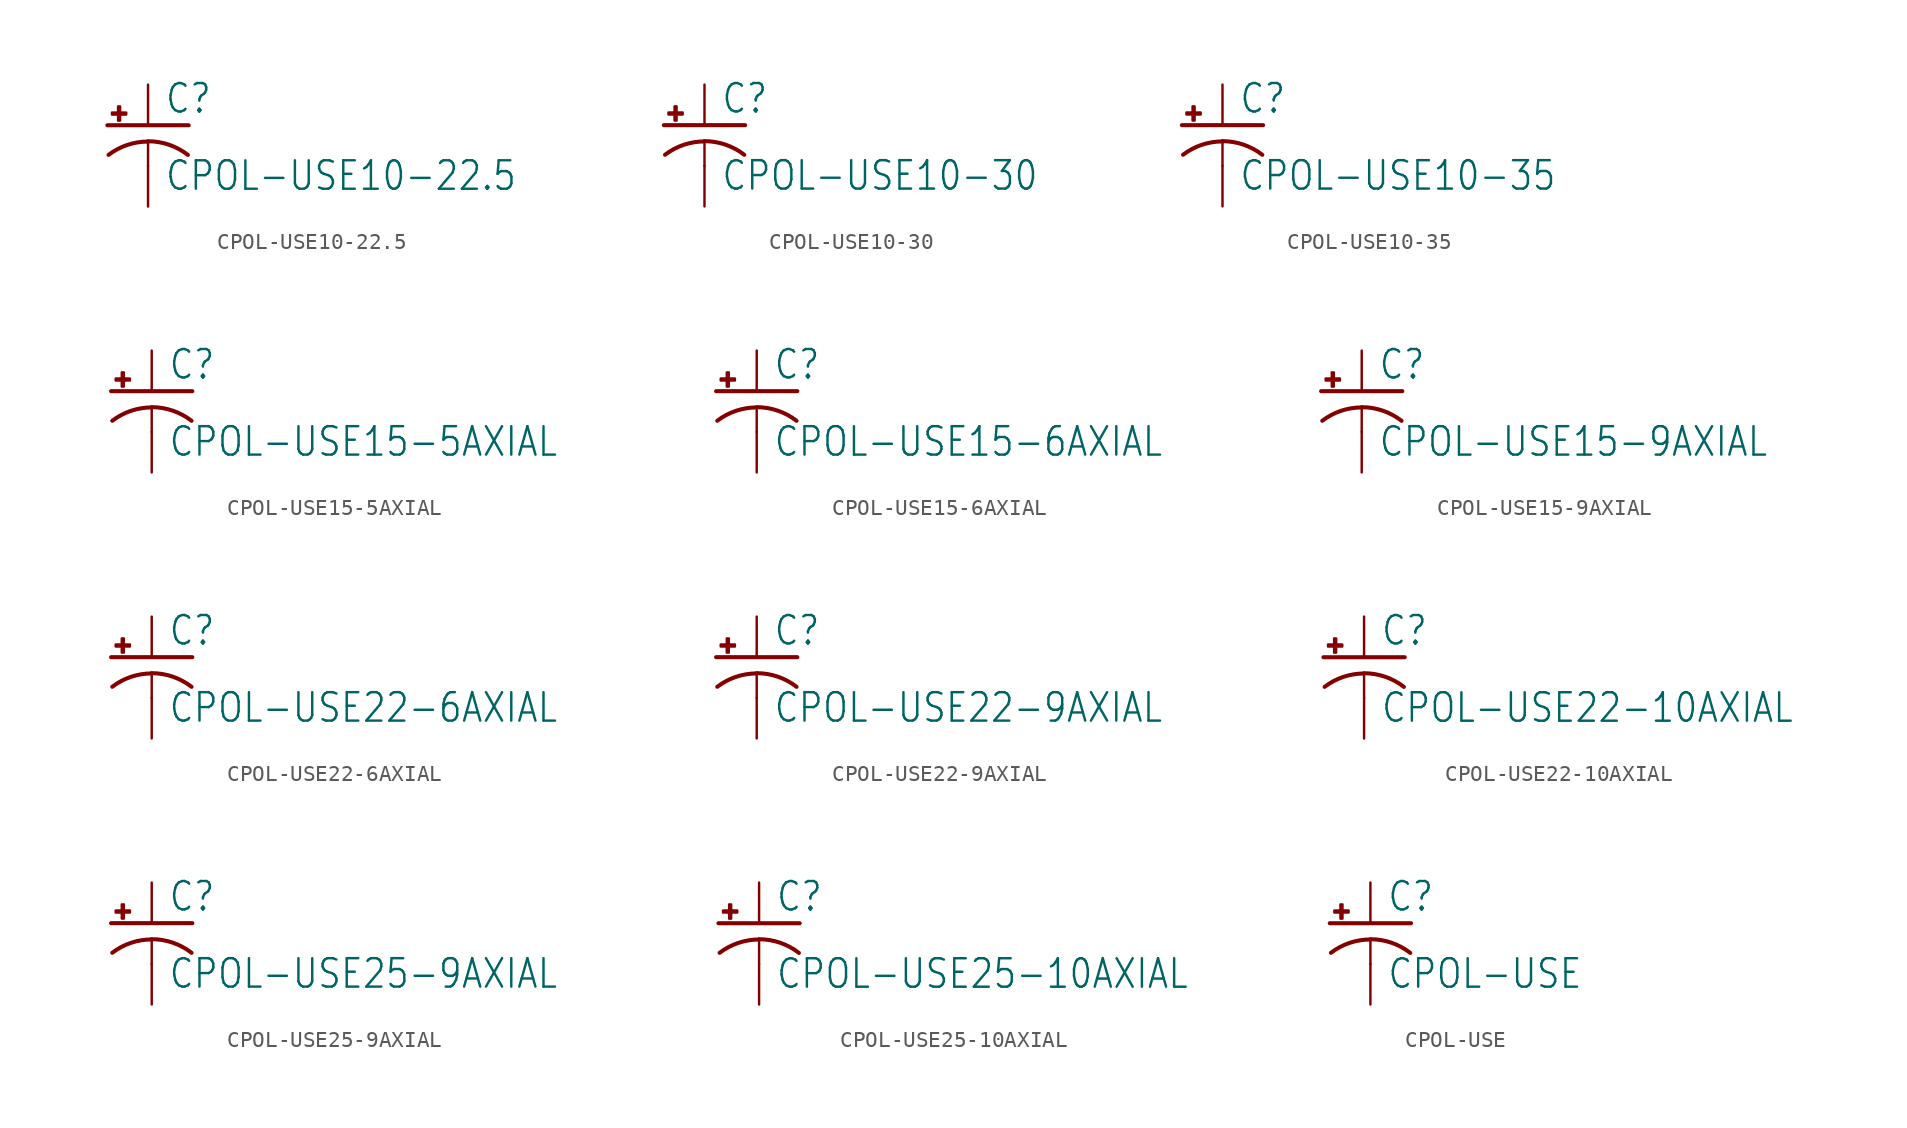
<source format=kicad_sym>
(kicad_symbol_lib
  (version 20220914)
  (generator kicad_symbol_editor)
  (symbol "CPOL-USE10-22.5"
    (property "Reference" "C"
      (at 1.016 0.635 0)
      (effects (font (size 1.778 1.511)) (justify left bottom)))
    (property "Value" "CPOL-USE10-22.5"
      (at 1.016 -4.191 0)
      (effects (font (size 1.778 1.511)) (justify left bottom)))
    (property "ki_locked" ""
      (at 0 0 0)
      (effects (font (size 1.27 1.27))))
    (symbol "CPOL-USE10-22.5_1_0"
      (rectangle (start -2.253 0.668) (end -1.364 0.795) (stroke (width 0) (type default)) (fill (type outline)))
      (rectangle (start -1.872 0.287) (end -1.745 1.176) (stroke (width 0) (type default)) (fill (type outline)))
      (arc (start 0 -1.0161) (mid -1.3021 -1.2302) (end -2.4669 -1.8504) (stroke (width 0.254) (type default)) (fill (type none)))
      (polyline (pts (xy -2.54 0) (xy 2.54 0)) (stroke (width 0.254) (type default)) (fill (type none)))
      (polyline (pts (xy 0 -1.016) (xy 0 -2.54)) (stroke (width 0.152) (type default)) (fill (type none)))
      (arc (start 2.4892 -1.8542) (mid 1.3158 -1.2195) (end 0 -1) (stroke (width 0.254) (type default)) (fill (type none)))
      (pin passive line (at 0 2.54 270) (length 2.54) (name "+" (effects (font (size 0 0)))) (number "+" (effects (font (size 0 0)))))
      (pin passive line (at 0 -5.08 90) (length 2.54) (name "-" (effects (font (size 0 0)))) (number "-" (effects (font (size 0 0)))))))
  (symbol "CPOL-USE10-30"
    (property "Reference" "C"
      (at 1.016 0.635 0)
      (effects (font (size 1.778 1.511)) (justify left bottom)))
    (property "Value" "CPOL-USE10-30"
      (at 1.016 -4.191 0)
      (effects (font (size 1.778 1.511)) (justify left bottom)))
    (property "ki_locked" ""
      (at 0 0 0)
      (effects (font (size 1.27 1.27))))
    (symbol "CPOL-USE10-30_1_0"
      (rectangle (start -2.253 0.668) (end -1.364 0.795) (stroke (width 0) (type default)) (fill (type outline)))
      (rectangle (start -1.872 0.287) (end -1.745 1.176) (stroke (width 0) (type default)) (fill (type outline)))
      (arc (start 0 -1.0161) (mid -1.3021 -1.2302) (end -2.4669 -1.8504) (stroke (width 0.254) (type default)) (fill (type none)))
      (polyline (pts (xy -2.54 0) (xy 2.54 0)) (stroke (width 0.254) (type default)) (fill (type none)))
      (polyline (pts (xy 0 -1.016) (xy 0 -2.54)) (stroke (width 0.152) (type default)) (fill (type none)))
      (arc (start 2.4892 -1.8542) (mid 1.3158 -1.2195) (end 0 -1) (stroke (width 0.254) (type default)) (fill (type none)))
      (pin passive line (at 0 2.54 270) (length 2.54) (name "+" (effects (font (size 0 0)))) (number "+" (effects (font (size 0 0)))))
      (pin passive line (at 0 -5.08 90) (length 2.54) (name "-" (effects (font (size 0 0)))) (number "-" (effects (font (size 0 0)))))))
  (symbol "CPOL-USE10-35"
    (property "Reference" "C"
      (at 1.016 0.635 0)
      (effects (font (size 1.778 1.511)) (justify left bottom)))
    (property "Value" "CPOL-USE10-35"
      (at 1.016 -4.191 0)
      (effects (font (size 1.778 1.511)) (justify left bottom)))
    (property "ki_locked" ""
      (at 0 0 0)
      (effects (font (size 1.27 1.27))))
    (symbol "CPOL-USE10-35_1_0"
      (rectangle (start -2.253 0.668) (end -1.364 0.795) (stroke (width 0) (type default)) (fill (type outline)))
      (rectangle (start -1.872 0.287) (end -1.745 1.176) (stroke (width 0) (type default)) (fill (type outline)))
      (arc (start 0 -1.0161) (mid -1.3021 -1.2302) (end -2.4669 -1.8504) (stroke (width 0.254) (type default)) (fill (type none)))
      (polyline (pts (xy -2.54 0) (xy 2.54 0)) (stroke (width 0.254) (type default)) (fill (type none)))
      (polyline (pts (xy 0 -1.016) (xy 0 -2.54)) (stroke (width 0.152) (type default)) (fill (type none)))
      (arc (start 2.4892 -1.8542) (mid 1.3158 -1.2195) (end 0 -1) (stroke (width 0.254) (type default)) (fill (type none)))
      (pin passive line (at 0 2.54 270) (length 2.54) (name "+" (effects (font (size 0 0)))) (number "+" (effects (font (size 0 0)))))
      (pin passive line (at 0 -5.08 90) (length 2.54) (name "-" (effects (font (size 0 0)))) (number "-" (effects (font (size 0 0)))))))
  (symbol "CPOL-USE15-5AXIAL"
    (property "Reference" "C"
      (at 1.016 0.635 0)
      (effects (font (size 1.778 1.511)) (justify left bottom)))
    (property "Value" "CPOL-USE15-5AXIAL"
      (at 1.016 -4.191 0)
      (effects (font (size 1.778 1.511)) (justify left bottom)))
    (property "ki_locked" ""
      (at 0 0 0)
      (effects (font (size 1.27 1.27))))
    (symbol "CPOL-USE15-5AXIAL_1_0"
      (rectangle (start -2.253 0.668) (end -1.364 0.795) (stroke (width 0) (type default)) (fill (type outline)))
      (rectangle (start -1.872 0.287) (end -1.745 1.176) (stroke (width 0) (type default)) (fill (type outline)))
      (arc (start 0 -1.0161) (mid -1.3021 -1.2302) (end -2.4669 -1.8504) (stroke (width 0.254) (type default)) (fill (type none)))
      (polyline (pts (xy -2.54 0) (xy 2.54 0)) (stroke (width 0.254) (type default)) (fill (type none)))
      (polyline (pts (xy 0 -1.016) (xy 0 -2.54)) (stroke (width 0.152) (type default)) (fill (type none)))
      (arc (start 2.4892 -1.8542) (mid 1.3158 -1.2195) (end 0 -1) (stroke (width 0.254) (type default)) (fill (type none)))
      (pin passive line (at 0 2.54 270) (length 2.54) (name "+" (effects (font (size 0 0)))) (number "+" (effects (font (size 0 0)))))
      (pin passive line (at 0 -5.08 90) (length 2.54) (name "-" (effects (font (size 0 0)))) (number "-" (effects (font (size 0 0)))))))
  (symbol "CPOL-USE15-6AXIAL"
    (property "Reference" "C"
      (at 1.016 0.635 0)
      (effects (font (size 1.778 1.511)) (justify left bottom)))
    (property "Value" "CPOL-USE15-6AXIAL"
      (at 1.016 -4.191 0)
      (effects (font (size 1.778 1.511)) (justify left bottom)))
    (property "ki_locked" ""
      (at 0 0 0)
      (effects (font (size 1.27 1.27))))
    (symbol "CPOL-USE15-6AXIAL_1_0"
      (rectangle (start -2.253 0.668) (end -1.364 0.795) (stroke (width 0) (type default)) (fill (type outline)))
      (rectangle (start -1.872 0.287) (end -1.745 1.176) (stroke (width 0) (type default)) (fill (type outline)))
      (arc (start 0 -1.0161) (mid -1.3021 -1.2302) (end -2.4669 -1.8504) (stroke (width 0.254) (type default)) (fill (type none)))
      (polyline (pts (xy -2.54 0) (xy 2.54 0)) (stroke (width 0.254) (type default)) (fill (type none)))
      (polyline (pts (xy 0 -1.016) (xy 0 -2.54)) (stroke (width 0.152) (type default)) (fill (type none)))
      (arc (start 2.4892 -1.8542) (mid 1.3158 -1.2195) (end 0 -1) (stroke (width 0.254) (type default)) (fill (type none)))
      (pin passive line (at 0 2.54 270) (length 2.54) (name "+" (effects (font (size 0 0)))) (number "+" (effects (font (size 0 0)))))
      (pin passive line (at 0 -5.08 90) (length 2.54) (name "-" (effects (font (size 0 0)))) (number "-" (effects (font (size 0 0)))))))
  (symbol "CPOL-USE15-9AXIAL"
    (property "Reference" "C"
      (at 1.016 0.635 0)
      (effects (font (size 1.778 1.511)) (justify left bottom)))
    (property "Value" "CPOL-USE15-9AXIAL"
      (at 1.016 -4.191 0)
      (effects (font (size 1.778 1.511)) (justify left bottom)))
    (property "ki_locked" ""
      (at 0 0 0)
      (effects (font (size 1.27 1.27))))
    (symbol "CPOL-USE15-9AXIAL_1_0"
      (rectangle (start -2.253 0.668) (end -1.364 0.795) (stroke (width 0) (type default)) (fill (type outline)))
      (rectangle (start -1.872 0.287) (end -1.745 1.176) (stroke (width 0) (type default)) (fill (type outline)))
      (arc (start 0 -1.0161) (mid -1.3021 -1.2302) (end -2.4669 -1.8504) (stroke (width 0.254) (type default)) (fill (type none)))
      (polyline (pts (xy -2.54 0) (xy 2.54 0)) (stroke (width 0.254) (type default)) (fill (type none)))
      (polyline (pts (xy 0 -1.016) (xy 0 -2.54)) (stroke (width 0.152) (type default)) (fill (type none)))
      (arc (start 2.4892 -1.8542) (mid 1.3158 -1.2195) (end 0 -1) (stroke (width 0.254) (type default)) (fill (type none)))
      (pin passive line (at 0 2.54 270) (length 2.54) (name "+" (effects (font (size 0 0)))) (number "+" (effects (font (size 0 0)))))
      (pin passive line (at 0 -5.08 90) (length 2.54) (name "-" (effects (font (size 0 0)))) (number "-" (effects (font (size 0 0)))))))
  (symbol "CPOL-USE22-6AXIAL"
    (property "Reference" "C"
      (at 1.016 0.635 0)
      (effects (font (size 1.778 1.511)) (justify left bottom)))
    (property "Value" "CPOL-USE22-6AXIAL"
      (at 1.016 -4.191 0)
      (effects (font (size 1.778 1.511)) (justify left bottom)))
    (property "ki_locked" ""
      (at 0 0 0)
      (effects (font (size 1.27 1.27))))
    (symbol "CPOL-USE22-6AXIAL_1_0"
      (rectangle (start -2.253 0.668) (end -1.364 0.795) (stroke (width 0) (type default)) (fill (type outline)))
      (rectangle (start -1.872 0.287) (end -1.745 1.176) (stroke (width 0) (type default)) (fill (type outline)))
      (arc (start 0 -1.0161) (mid -1.3021 -1.2302) (end -2.4669 -1.8504) (stroke (width 0.254) (type default)) (fill (type none)))
      (polyline (pts (xy -2.54 0) (xy 2.54 0)) (stroke (width 0.254) (type default)) (fill (type none)))
      (polyline (pts (xy 0 -1.016) (xy 0 -2.54)) (stroke (width 0.152) (type default)) (fill (type none)))
      (arc (start 2.4892 -1.8542) (mid 1.3158 -1.2195) (end 0 -1) (stroke (width 0.254) (type default)) (fill (type none)))
      (pin passive line (at 0 2.54 270) (length 2.54) (name "+" (effects (font (size 0 0)))) (number "+" (effects (font (size 0 0)))))
      (pin passive line (at 0 -5.08 90) (length 2.54) (name "-" (effects (font (size 0 0)))) (number "-" (effects (font (size 0 0)))))))
  (symbol "CPOL-USE22-9AXIAL"
    (property "Reference" "C"
      (at 1.016 0.635 0)
      (effects (font (size 1.778 1.511)) (justify left bottom)))
    (property "Value" "CPOL-USE22-9AXIAL"
      (at 1.016 -4.191 0)
      (effects (font (size 1.778 1.511)) (justify left bottom)))
    (property "ki_locked" ""
      (at 0 0 0)
      (effects (font (size 1.27 1.27))))
    (symbol "CPOL-USE22-9AXIAL_1_0"
      (rectangle (start -2.253 0.668) (end -1.364 0.795) (stroke (width 0) (type default)) (fill (type outline)))
      (rectangle (start -1.872 0.287) (end -1.745 1.176) (stroke (width 0) (type default)) (fill (type outline)))
      (arc (start 0 -1.0161) (mid -1.3021 -1.2302) (end -2.4669 -1.8504) (stroke (width 0.254) (type default)) (fill (type none)))
      (polyline (pts (xy -2.54 0) (xy 2.54 0)) (stroke (width 0.254) (type default)) (fill (type none)))
      (polyline (pts (xy 0 -1.016) (xy 0 -2.54)) (stroke (width 0.152) (type default)) (fill (type none)))
      (arc (start 2.4892 -1.8542) (mid 1.3158 -1.2195) (end 0 -1) (stroke (width 0.254) (type default)) (fill (type none)))
      (pin passive line (at 0 2.54 270) (length 2.54) (name "+" (effects (font (size 0 0)))) (number "+" (effects (font (size 0 0)))))
      (pin passive line (at 0 -5.08 90) (length 2.54) (name "-" (effects (font (size 0 0)))) (number "-" (effects (font (size 0 0)))))))
  (symbol "CPOL-USE22-10AXIAL"
    (property "Reference" "C"
      (at 1.016 0.635 0)
      (effects (font (size 1.778 1.511)) (justify left bottom)))
    (property "Value" "CPOL-USE22-10AXIAL"
      (at 1.016 -4.191 0)
      (effects (font (size 1.778 1.511)) (justify left bottom)))
    (property "ki_locked" ""
      (at 0 0 0)
      (effects (font (size 1.27 1.27))))
    (symbol "CPOL-USE22-10AXIAL_1_0"
      (rectangle (start -2.253 0.668) (end -1.364 0.795) (stroke (width 0) (type default)) (fill (type outline)))
      (rectangle (start -1.872 0.287) (end -1.745 1.176) (stroke (width 0) (type default)) (fill (type outline)))
      (arc (start 0 -1.0161) (mid -1.3021 -1.2302) (end -2.4669 -1.8504) (stroke (width 0.254) (type default)) (fill (type none)))
      (polyline (pts (xy -2.54 0) (xy 2.54 0)) (stroke (width 0.254) (type default)) (fill (type none)))
      (polyline (pts (xy 0 -1.016) (xy 0 -2.54)) (stroke (width 0.152) (type default)) (fill (type none)))
      (arc (start 2.4892 -1.8542) (mid 1.3158 -1.2195) (end 0 -1) (stroke (width 0.254) (type default)) (fill (type none)))
      (pin passive line (at 0 2.54 270) (length 2.54) (name "+" (effects (font (size 0 0)))) (number "+" (effects (font (size 0 0)))))
      (pin passive line (at 0 -5.08 90) (length 2.54) (name "-" (effects (font (size 0 0)))) (number "-" (effects (font (size 0 0)))))))
  (symbol "CPOL-USE25-9AXIAL"
    (property "Reference" "C"
      (at 1.016 0.635 0)
      (effects (font (size 1.778 1.511)) (justify left bottom)))
    (property "Value" "CPOL-USE25-9AXIAL"
      (at 1.016 -4.191 0)
      (effects (font (size 1.778 1.511)) (justify left bottom)))
    (property "ki_locked" ""
      (at 0 0 0)
      (effects (font (size 1.27 1.27))))
    (symbol "CPOL-USE25-9AXIAL_1_0"
      (rectangle (start -2.253 0.668) (end -1.364 0.795) (stroke (width 0) (type default)) (fill (type outline)))
      (rectangle (start -1.872 0.287) (end -1.745 1.176) (stroke (width 0) (type default)) (fill (type outline)))
      (arc (start 0 -1.0161) (mid -1.3021 -1.2302) (end -2.4669 -1.8504) (stroke (width 0.254) (type default)) (fill (type none)))
      (polyline (pts (xy -2.54 0) (xy 2.54 0)) (stroke (width 0.254) (type default)) (fill (type none)))
      (polyline (pts (xy 0 -1.016) (xy 0 -2.54)) (stroke (width 0.152) (type default)) (fill (type none)))
      (arc (start 2.4892 -1.8542) (mid 1.3158 -1.2195) (end 0 -1) (stroke (width 0.254) (type default)) (fill (type none)))
      (pin passive line (at 0 2.54 270) (length 2.54) (name "+" (effects (font (size 0 0)))) (number "+" (effects (font (size 0 0)))))
      (pin passive line (at 0 -5.08 90) (length 2.54) (name "-" (effects (font (size 0 0)))) (number "-" (effects (font (size 0 0)))))))
  (symbol "CPOL-USE25-10AXIAL"
    (property "Reference" "C"
      (at 1.016 0.635 0)
      (effects (font (size 1.778 1.511)) (justify left bottom)))
    (property "Value" "CPOL-USE25-10AXIAL"
      (at 1.016 -4.191 0)
      (effects (font (size 1.778 1.511)) (justify left bottom)))
    (property "ki_locked" ""
      (at 0 0 0)
      (effects (font (size 1.27 1.27))))
    (symbol "CPOL-USE25-10AXIAL_1_0"
      (rectangle (start -2.253 0.668) (end -1.364 0.795) (stroke (width 0) (type default)) (fill (type outline)))
      (rectangle (start -1.872 0.287) (end -1.745 1.176) (stroke (width 0) (type default)) (fill (type outline)))
      (arc (start 0 -1.0161) (mid -1.3021 -1.2302) (end -2.4669 -1.8504) (stroke (width 0.254) (type default)) (fill (type none)))
      (polyline (pts (xy -2.54 0) (xy 2.54 0)) (stroke (width 0.254) (type default)) (fill (type none)))
      (polyline (pts (xy 0 -1.016) (xy 0 -2.54)) (stroke (width 0.152) (type default)) (fill (type none)))
      (arc (start 2.4892 -1.8542) (mid 1.3158 -1.2195) (end 0 -1) (stroke (width 0.254) (type default)) (fill (type none)))
      (pin passive line (at 0 2.54 270) (length 2.54) (name "+" (effects (font (size 0 0)))) (number "+" (effects (font (size 0 0)))))
      (pin passive line (at 0 -5.08 90) (length 2.54) (name "-" (effects (font (size 0 0)))) (number "-" (effects (font (size 0 0)))))))
  (symbol "CPOL-USE"
    (property "Reference" "C"
      (at 1.016 0.635 0)
      (effects (font (size 1.778 1.511)) (justify left bottom)))
    (property "Value" "CPOL-USE"
      (at 1.016 -4.191 0)
      (effects (font (size 1.778 1.511)) (justify left bottom)))
    (property "ki_locked" ""
      (at 0 0 0)
      (effects (font (size 1.27 1.27))))
    (symbol "CPOL-USE_1_0"
      (rectangle (start -2.253 0.668) (end -1.364 0.795) (stroke (width 0) (type default)) (fill (type outline)))
      (rectangle (start -1.872 0.287) (end -1.745 1.176) (stroke (width 0) (type default)) (fill (type outline)))
      (arc (start 0 -1.0161) (mid -1.3021 -1.2302) (end -2.4669 -1.8504) (stroke (width 0.254) (type default)) (fill (type none)))
      (polyline (pts (xy -2.54 0) (xy 2.54 0)) (stroke (width 0.254) (type default)) (fill (type none)))
      (polyline (pts (xy 0 -1.016) (xy 0 -2.54)) (stroke (width 0.152) (type default)) (fill (type none)))
      (arc (start 2.4892 -1.8542) (mid 1.3158 -1.2195) (end 0 -1) (stroke (width 0.254) (type default)) (fill (type none)))
      (pin passive line (at 0 2.54 270) (length 2.54) (name "+" (effects (font (size 0 0)))) (number "+" (effects (font (size 0 0)))))
      (pin passive line (at 0 -5.08 90) (length 2.54) (name "-" (effects (font (size 0 0)))) (number "-" (effects (font (size 0 0))))))))
</source>
